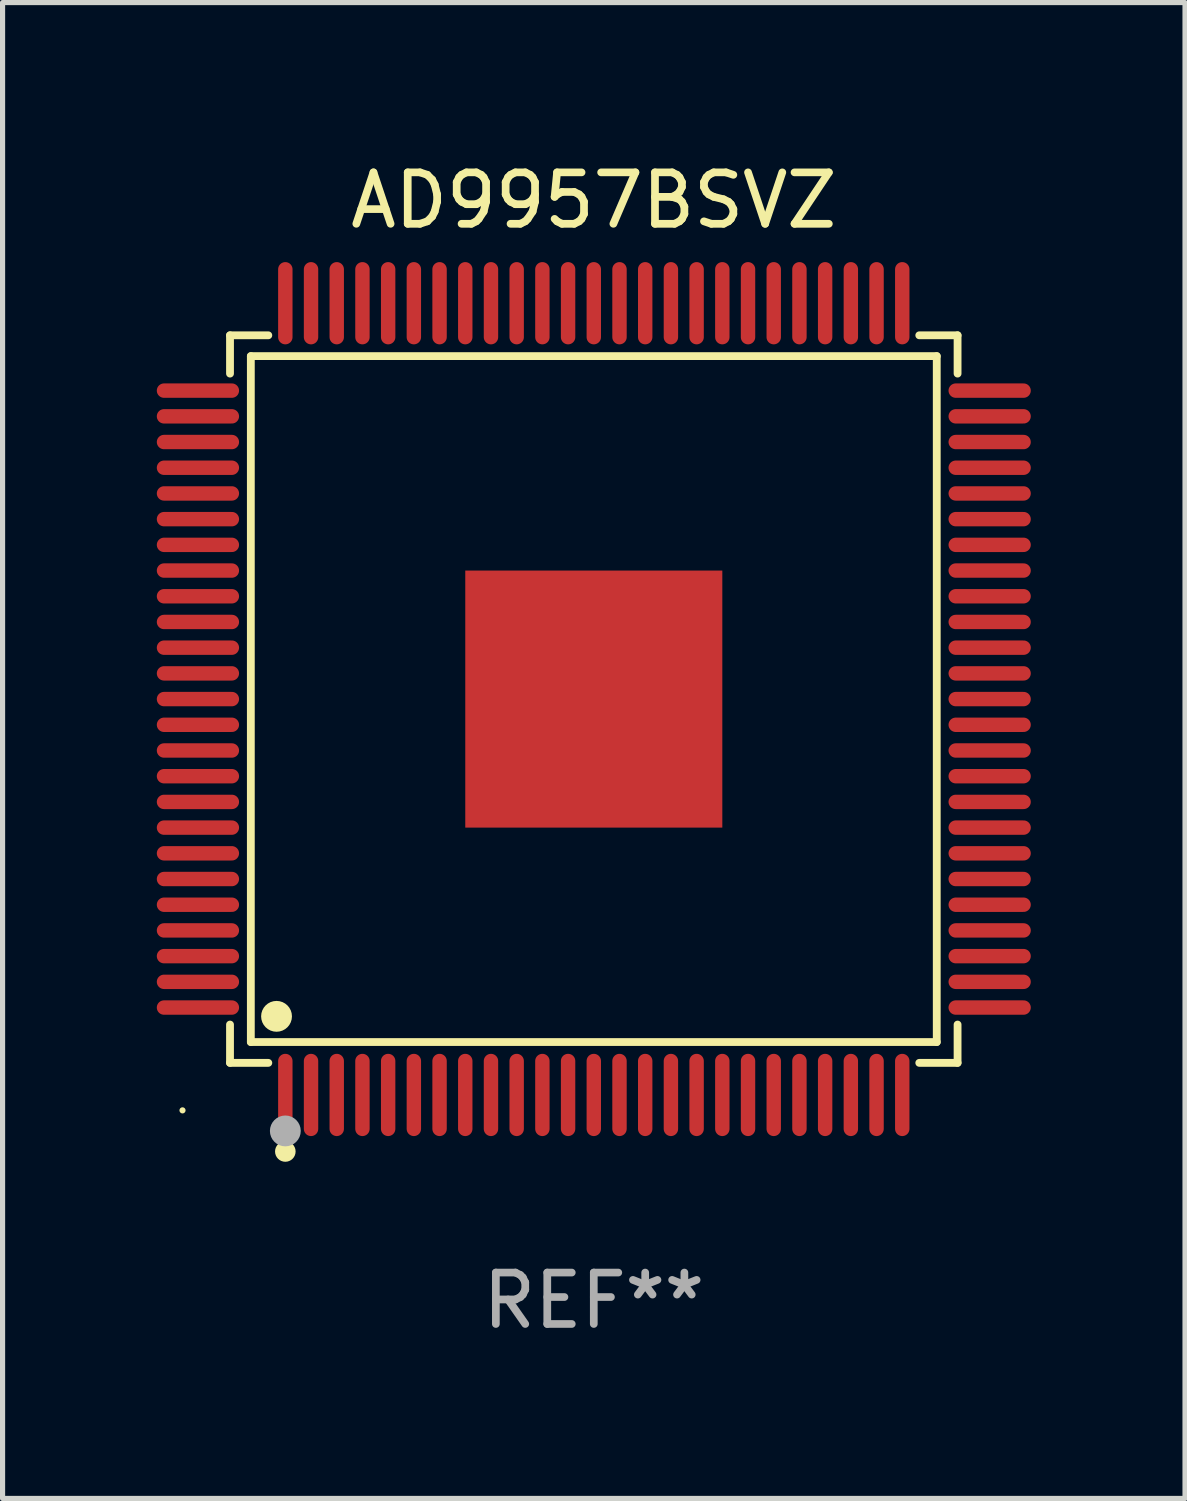
<source format=kicad_pcb>
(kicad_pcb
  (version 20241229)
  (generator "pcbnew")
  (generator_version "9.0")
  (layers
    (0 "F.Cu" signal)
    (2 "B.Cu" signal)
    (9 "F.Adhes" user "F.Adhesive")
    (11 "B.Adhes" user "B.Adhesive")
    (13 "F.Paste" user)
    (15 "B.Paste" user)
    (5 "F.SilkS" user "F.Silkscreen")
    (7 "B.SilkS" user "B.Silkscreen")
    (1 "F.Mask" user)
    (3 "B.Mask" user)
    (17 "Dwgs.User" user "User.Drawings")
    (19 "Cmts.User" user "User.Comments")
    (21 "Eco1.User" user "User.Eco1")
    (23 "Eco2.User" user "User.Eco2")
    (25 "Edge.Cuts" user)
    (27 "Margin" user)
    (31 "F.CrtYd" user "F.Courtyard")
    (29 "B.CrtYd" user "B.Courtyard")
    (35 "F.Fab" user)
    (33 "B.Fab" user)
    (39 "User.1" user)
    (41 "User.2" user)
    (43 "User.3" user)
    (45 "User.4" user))
  (footprint "AD9957BSVZ"
    (layer "F.Cu")
    (at 8.5 10.548)
    (property "Reference" "AD9957BSVZ" (at 0 -9.7 0) (layer "F.SilkS") (effects (font (size 1 1) (thickness 0.15))))
    (attr through_hole)
    (fp_line (start -7.076 -7.076) (end -6.331 -7.076) (stroke (width 0.152) (type solid)) (layer "F.SilkS"))
    (fp_line (start -7.076 -6.331) (end -7.076 -7.076) (stroke (width 0.152) (type solid)) (layer "F.SilkS"))
    (fp_line (start -7.076 6.331) (end -7.076 7.076) (stroke (width 0.152) (type solid)) (layer "F.SilkS"))
    (fp_line (start -7.076 7.076) (end -6.331 7.076) (stroke (width 0.152) (type solid)) (layer "F.SilkS"))
    (fp_line (start -6.671 -6.671) (end 6.671 -6.671) (stroke (width 0.152) (type solid)) (layer "F.SilkS"))
    (fp_line (start -6.671 6.671) (end -6.671 -6.671) (stroke (width 0.152) (type solid)) (layer "F.SilkS"))
    (fp_line (start 6.671 -6.671) (end 6.671 6.671) (stroke (width 0.152) (type solid)) (layer "F.SilkS"))
    (fp_line (start 6.671 6.671) (end -6.671 6.671) (stroke (width 0.152) (type solid)) (layer "F.SilkS"))
    (fp_line (start 7.076 -7.076) (end 6.331 -7.076) (stroke (width 0.152) (type solid)) (layer "F.SilkS"))
    (fp_line (start 7.076 -6.331) (end 7.076 -7.076) (stroke (width 0.152) (type solid)) (layer "F.SilkS"))
    (fp_line (start 7.076 6.331) (end 7.076 7.076) (stroke (width 0.152) (type solid)) (layer "F.SilkS"))
    (fp_line (start 7.076 7.076) (end 6.331 7.076) (stroke (width 0.152) (type solid)) (layer "F.SilkS"))
    (fp_circle (center -8 8) (end -7.97 8) (stroke (width 0.06) (type solid)) (fill no) (layer "F.SilkS"))
    (fp_circle (center -6.171 6.171) (end -6.021 6.171) (stroke (width 0.3) (type solid)) (fill no) (layer "F.SilkS"))
    (fp_circle (center -6 8.8) (end -5.9 8.8) (stroke (width 0.2) (type solid)) (fill no) (layer "F.SilkS"))
    (fp_circle (center -6 8.4) (end -5.85 8.4) (stroke (width 0.3) (type solid)) (fill no) (layer "F.Fab"))
    (fp_text user "REF**" (at 0 11.7 0) (layer "F.Fab") (effects (font (size 1 1) (thickness 0.15))))
    (pad "1" smd oval (at -6 7.7) (size 0.28 1.6) (layers "F.Cu" "F.Mask" "F.Paste"))
    (pad "2" smd oval (at -5.5 7.7) (size 0.28 1.6) (layers "F.Cu" "F.Mask" "F.Paste"))
    (pad "3" smd oval (at -5 7.7) (size 0.28 1.6) (layers "F.Cu" "F.Mask" "F.Paste"))
    (pad "4" smd oval (at -4.5 7.7) (size 0.28 1.6) (layers "F.Cu" "F.Mask" "F.Paste"))
    (pad "5" smd oval (at -4 7.7) (size 0.28 1.6) (layers "F.Cu" "F.Mask" "F.Paste"))
    (pad "6" smd oval (at -3.5 7.7) (size 0.28 1.6) (layers "F.Cu" "F.Mask" "F.Paste"))
    (pad "7" smd oval (at -3 7.7) (size 0.28 1.6) (layers "F.Cu" "F.Mask" "F.Paste"))
    (pad "8" smd oval (at -2.5 7.7) (size 0.28 1.6) (layers "F.Cu" "F.Mask" "F.Paste"))
    (pad "9" smd oval (at -2 7.7) (size 0.28 1.6) (layers "F.Cu" "F.Mask" "F.Paste"))
    (pad "10" smd oval (at -1.5 7.7) (size 0.28 1.6) (layers "F.Cu" "F.Mask" "F.Paste"))
    (pad "11" smd oval (at -1 7.7) (size 0.28 1.6) (layers "F.Cu" "F.Mask" "F.Paste"))
    (pad "12" smd oval (at -0.5 7.7) (size 0.28 1.6) (layers "F.Cu" "F.Mask" "F.Paste"))
    (pad "13" smd oval (at 0 7.7) (size 0.28 1.6) (layers "F.Cu" "F.Mask" "F.Paste"))
    (pad "14" smd oval (at 0.5 7.7) (size 0.28 1.6) (layers "F.Cu" "F.Mask" "F.Paste"))
    (pad "15" smd oval (at 1 7.7) (size 0.28 1.6) (layers "F.Cu" "F.Mask" "F.Paste"))
    (pad "16" smd oval (at 1.5 7.7) (size 0.28 1.6) (layers "F.Cu" "F.Mask" "F.Paste"))
    (pad "17" smd oval (at 2 7.7) (size 0.28 1.6) (layers "F.Cu" "F.Mask" "F.Paste"))
    (pad "18" smd oval (at 2.5 7.7) (size 0.28 1.6) (layers "F.Cu" "F.Mask" "F.Paste"))
    (pad "19" smd oval (at 3 7.7) (size 0.28 1.6) (layers "F.Cu" "F.Mask" "F.Paste"))
    (pad "20" smd oval (at 3.5 7.7) (size 0.28 1.6) (layers "F.Cu" "F.Mask" "F.Paste"))
    (pad "21" smd oval (at 4 7.7) (size 0.28 1.6) (layers "F.Cu" "F.Mask" "F.Paste"))
    (pad "22" smd oval (at 4.5 7.7) (size 0.28 1.6) (layers "F.Cu" "F.Mask" "F.Paste"))
    (pad "23" smd oval (at 5 7.7) (size 0.28 1.6) (layers "F.Cu" "F.Mask" "F.Paste"))
    (pad "24" smd oval (at 5.5 7.7) (size 0.28 1.6) (layers "F.Cu" "F.Mask" "F.Paste"))
    (pad "25" smd oval (at 6 7.7) (size 0.28 1.6) (layers "F.Cu" "F.Mask" "F.Paste"))
    (pad "26" smd oval (at 7.7 6) (size 1.6 0.28) (layers "F.Cu" "F.Mask" "F.Paste"))
    (pad "27" smd oval (at 7.7 5.5) (size 1.6 0.28) (layers "F.Cu" "F.Mask" "F.Paste"))
    (pad "28" smd oval (at 7.7 5) (size 1.6 0.28) (layers "F.Cu" "F.Mask" "F.Paste"))
    (pad "29" smd oval (at 7.7 4.5) (size 1.6 0.28) (layers "F.Cu" "F.Mask" "F.Paste"))
    (pad "30" smd oval (at 7.7 4) (size 1.6 0.28) (layers "F.Cu" "F.Mask" "F.Paste"))
    (pad "31" smd oval (at 7.7 3.5) (size 1.6 0.28) (layers "F.Cu" "F.Mask" "F.Paste"))
    (pad "32" smd oval (at 7.7 3) (size 1.6 0.28) (layers "F.Cu" "F.Mask" "F.Paste"))
    (pad "33" smd oval (at 7.7 2.5) (size 1.6 0.28) (layers "F.Cu" "F.Mask" "F.Paste"))
    (pad "34" smd oval (at 7.7 2) (size 1.6 0.28) (layers "F.Cu" "F.Mask" "F.Paste"))
    (pad "35" smd oval (at 7.7 1.5) (size 1.6 0.28) (layers "F.Cu" "F.Mask" "F.Paste"))
    (pad "36" smd oval (at 7.7 1) (size 1.6 0.28) (layers "F.Cu" "F.Mask" "F.Paste"))
    (pad "37" smd oval (at 7.7 0.5) (size 1.6 0.28) (layers "F.Cu" "F.Mask" "F.Paste"))
    (pad "38" smd oval (at 7.7 0) (size 1.6 0.28) (layers "F.Cu" "F.Mask" "F.Paste"))
    (pad "39" smd oval (at 7.7 -0.5) (size 1.6 0.28) (layers "F.Cu" "F.Mask" "F.Paste"))
    (pad "40" smd oval (at 7.7 -1) (size 1.6 0.28) (layers "F.Cu" "F.Mask" "F.Paste"))
    (pad "41" smd oval (at 7.7 -1.5) (size 1.6 0.28) (layers "F.Cu" "F.Mask" "F.Paste"))
    (pad "42" smd oval (at 7.7 -2) (size 1.6 0.28) (layers "F.Cu" "F.Mask" "F.Paste"))
    (pad "43" smd oval (at 7.7 -2.5) (size 1.6 0.28) (layers "F.Cu" "F.Mask" "F.Paste"))
    (pad "44" smd oval (at 7.7 -3) (size 1.6 0.28) (layers "F.Cu" "F.Mask" "F.Paste"))
    (pad "45" smd oval (at 7.7 -3.5) (size 1.6 0.28) (layers "F.Cu" "F.Mask" "F.Paste"))
    (pad "46" smd oval (at 7.7 -4) (size 1.6 0.28) (layers "F.Cu" "F.Mask" "F.Paste"))
    (pad "47" smd oval (at 7.7 -4.5) (size 1.6 0.28) (layers "F.Cu" "F.Mask" "F.Paste"))
    (pad "48" smd oval (at 7.7 -5) (size 1.6 0.28) (layers "F.Cu" "F.Mask" "F.Paste"))
    (pad "49" smd oval (at 7.7 -5.5) (size 1.6 0.28) (layers "F.Cu" "F.Mask" "F.Paste"))
    (pad "50" smd oval (at 7.7 -6) (size 1.6 0.28) (layers "F.Cu" "F.Mask" "F.Paste"))
    (pad "51" smd oval (at 6 -7.7) (size 0.28 1.6) (layers "F.Cu" "F.Mask" "F.Paste"))
    (pad "52" smd oval (at 5.5 -7.7) (size 0.28 1.6) (layers "F.Cu" "F.Mask" "F.Paste"))
    (pad "53" smd oval (at 5 -7.7) (size 0.28 1.6) (layers "F.Cu" "F.Mask" "F.Paste"))
    (pad "54" smd oval (at 4.5 -7.7) (size 0.28 1.6) (layers "F.Cu" "F.Mask" "F.Paste"))
    (pad "55" smd oval (at 4 -7.7) (size 0.28 1.6) (layers "F.Cu" "F.Mask" "F.Paste"))
    (pad "56" smd oval (at 3.5 -7.7) (size 0.28 1.6) (layers "F.Cu" "F.Mask" "F.Paste"))
    (pad "57" smd oval (at 3 -7.7) (size 0.28 1.6) (layers "F.Cu" "F.Mask" "F.Paste"))
    (pad "58" smd oval (at 2.5 -7.7) (size 0.28 1.6) (layers "F.Cu" "F.Mask" "F.Paste"))
    (pad "59" smd oval (at 2 -7.7) (size 0.28 1.6) (layers "F.Cu" "F.Mask" "F.Paste"))
    (pad "60" smd oval (at 1.5 -7.7) (size 0.28 1.6) (layers "F.Cu" "F.Mask" "F.Paste"))
    (pad "61" smd oval (at 1 -7.7) (size 0.28 1.6) (layers "F.Cu" "F.Mask" "F.Paste"))
    (pad "62" smd oval (at 0.5 -7.7) (size 0.28 1.6) (layers "F.Cu" "F.Mask" "F.Paste"))
    (pad "63" smd oval (at 0 -7.7) (size 0.28 1.6) (layers "F.Cu" "F.Mask" "F.Paste"))
    (pad "64" smd oval (at -0.5 -7.7) (size 0.28 1.6) (layers "F.Cu" "F.Mask" "F.Paste"))
    (pad "65" smd oval (at -1 -7.7) (size 0.28 1.6) (layers "F.Cu" "F.Mask" "F.Paste"))
    (pad "66" smd oval (at -1.5 -7.7) (size 0.28 1.6) (layers "F.Cu" "F.Mask" "F.Paste"))
    (pad "67" smd oval (at -2 -7.7) (size 0.28 1.6) (layers "F.Cu" "F.Mask" "F.Paste"))
    (pad "68" smd oval (at -2.5 -7.7) (size 0.28 1.6) (layers "F.Cu" "F.Mask" "F.Paste"))
    (pad "69" smd oval (at -3 -7.7) (size 0.28 1.6) (layers "F.Cu" "F.Mask" "F.Paste"))
    (pad "70" smd oval (at -3.5 -7.7) (size 0.28 1.6) (layers "F.Cu" "F.Mask" "F.Paste"))
    (pad "71" smd oval (at -4 -7.7) (size 0.28 1.6) (layers "F.Cu" "F.Mask" "F.Paste"))
    (pad "72" smd oval (at -4.5 -7.7) (size 0.28 1.6) (layers "F.Cu" "F.Mask" "F.Paste"))
    (pad "73" smd oval (at -5 -7.7) (size 0.28 1.6) (layers "F.Cu" "F.Mask" "F.Paste"))
    (pad "74" smd oval (at -5.5 -7.7) (size 0.28 1.6) (layers "F.Cu" "F.Mask" "F.Paste"))
    (pad "75" smd oval (at -6 -7.7) (size 0.28 1.6) (layers "F.Cu" "F.Mask" "F.Paste"))
    (pad "76" smd oval (at -7.7 -6) (size 1.6 0.28) (layers "F.Cu" "F.Mask" "F.Paste"))
    (pad "77" smd oval (at -7.7 -5.5) (size 1.6 0.28) (layers "F.Cu" "F.Mask" "F.Paste"))
    (pad "78" smd oval (at -7.7 -5) (size 1.6 0.28) (layers "F.Cu" "F.Mask" "F.Paste"))
    (pad "79" smd oval (at -7.7 -4.5) (size 1.6 0.28) (layers "F.Cu" "F.Mask" "F.Paste"))
    (pad "80" smd oval (at -7.7 -4) (size 1.6 0.28) (layers "F.Cu" "F.Mask" "F.Paste"))
    (pad "81" smd oval (at -7.7 -3.5) (size 1.6 0.28) (layers "F.Cu" "F.Mask" "F.Paste"))
    (pad "82" smd oval (at -7.7 -3) (size 1.6 0.28) (layers "F.Cu" "F.Mask" "F.Paste"))
    (pad "83" smd oval (at -7.7 -2.5) (size 1.6 0.28) (layers "F.Cu" "F.Mask" "F.Paste"))
    (pad "84" smd oval (at -7.7 -2) (size 1.6 0.28) (layers "F.Cu" "F.Mask" "F.Paste"))
    (pad "85" smd oval (at -7.7 -1.5) (size 1.6 0.28) (layers "F.Cu" "F.Mask" "F.Paste"))
    (pad "86" smd oval (at -7.7 -1) (size 1.6 0.28) (layers "F.Cu" "F.Mask" "F.Paste"))
    (pad "87" smd oval (at -7.7 -0.5) (size 1.6 0.28) (layers "F.Cu" "F.Mask" "F.Paste"))
    (pad "88" smd oval (at -7.7 0) (size 1.6 0.28) (layers "F.Cu" "F.Mask" "F.Paste"))
    (pad "89" smd oval (at -7.7 0.5) (size 1.6 0.28) (layers "F.Cu" "F.Mask" "F.Paste"))
    (pad "90" smd oval (at -7.7 1) (size 1.6 0.28) (layers "F.Cu" "F.Mask" "F.Paste"))
    (pad "91" smd oval (at -7.7 1.5) (size 1.6 0.28) (layers "F.Cu" "F.Mask" "F.Paste"))
    (pad "92" smd oval (at -7.7 2) (size 1.6 0.28) (layers "F.Cu" "F.Mask" "F.Paste"))
    (pad "93" smd oval (at -7.7 2.5) (size 1.6 0.28) (layers "F.Cu" "F.Mask" "F.Paste"))
    (pad "94" smd oval (at -7.7 3) (size 1.6 0.28) (layers "F.Cu" "F.Mask" "F.Paste"))
    (pad "95" smd oval (at -7.7 3.5) (size 1.6 0.28) (layers "F.Cu" "F.Mask" "F.Paste"))
    (pad "96" smd oval (at -7.7 4) (size 1.6 0.28) (layers "F.Cu" "F.Mask" "F.Paste"))
    (pad "97" smd oval (at -7.7 4.5) (size 1.6 0.28) (layers "F.Cu" "F.Mask" "F.Paste"))
    (pad "98" smd oval (at -7.7 5) (size 1.6 0.28) (layers "F.Cu" "F.Mask" "F.Paste"))
    (pad "99" smd oval (at -7.7 5.5) (size 1.6 0.28) (layers "F.Cu" "F.Mask" "F.Paste"))
    (pad "100" smd oval (at -7.7 6) (size 1.6 0.28) (layers "F.Cu" "F.Mask" "F.Paste"))
    (pad "101" smd rect (at 0 0) (size 5 5) (layers "F.Cu" "F.Mask" "F.Paste")))
  (gr_rect
    (start -3 -3)
    (end 20 26.097)
    (stroke (width 0.1) (type default))
    (fill no)
    (layer "Edge.Cuts")))
</source>
